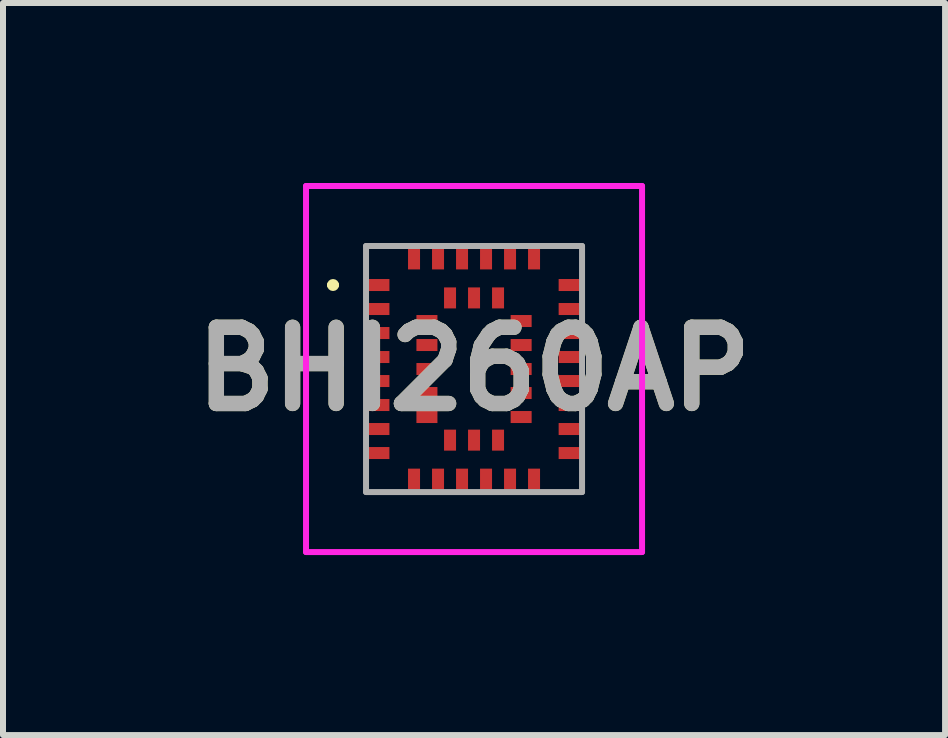
<source format=kicad_pcb>
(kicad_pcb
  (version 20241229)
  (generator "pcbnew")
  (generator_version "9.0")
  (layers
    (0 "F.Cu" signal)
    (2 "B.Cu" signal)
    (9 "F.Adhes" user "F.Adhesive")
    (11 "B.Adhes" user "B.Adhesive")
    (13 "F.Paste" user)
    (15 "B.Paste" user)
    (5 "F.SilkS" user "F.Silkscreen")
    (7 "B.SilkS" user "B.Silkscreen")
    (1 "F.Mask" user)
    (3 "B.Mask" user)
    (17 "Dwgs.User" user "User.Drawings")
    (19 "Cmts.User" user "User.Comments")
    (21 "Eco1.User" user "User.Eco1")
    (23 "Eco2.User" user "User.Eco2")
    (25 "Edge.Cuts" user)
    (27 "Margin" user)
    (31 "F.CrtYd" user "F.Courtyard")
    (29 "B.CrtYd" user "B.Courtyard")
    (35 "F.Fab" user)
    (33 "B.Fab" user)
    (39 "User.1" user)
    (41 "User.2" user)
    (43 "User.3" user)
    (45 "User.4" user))
  (footprint "BHI260AP"
    (layer "F.Cu")
    (at 4.85 3.1)
    (property "Reference" "BHI260AP" (at 0 0 0) (layer "F.SilkS") (effects (font (size 1.27 1.27) (thickness 0.254))))
    (attr smd)
    (fp_line (start -2.4 -1.4) (end -2.4 -1.4) (stroke (width 0.1) (type solid)) (layer "F.SilkS"))
    (fp_line (start -2.3 -1.4) (end -2.3 -1.4) (stroke (width 0.1) (type solid)) (layer "F.SilkS"))
    (fp_arc (start -2.4 -1.4) (mid -2.35 -1.45) (end -2.3 -1.4) (stroke (width 0.1) (type solid)) (layer "F.SilkS"))
    (fp_arc (start -2.3 -1.4) (mid -2.35 -1.35) (end -2.4 -1.4) (stroke (width 0.1) (type solid)) (layer "F.SilkS"))
    (fp_line (start -2.8 -3.05) (end 2.8 -3.05) (stroke (width 0.1) (type solid)) (layer "F.CrtYd"))
    (fp_line (start -2.8 3.05) (end -2.8 -3.05) (stroke (width 0.1) (type solid)) (layer "F.CrtYd"))
    (fp_line (start 2.8 -3.05) (end 2.8 3.05) (stroke (width 0.1) (type solid)) (layer "F.CrtYd"))
    (fp_line (start 2.8 3.05) (end -2.8 3.05) (stroke (width 0.1) (type solid)) (layer "F.CrtYd"))
    (fp_line (start -1.8 -2.05) (end -1.8 2.05) (stroke (width 0.1) (type solid)) (layer "F.Fab"))
    (fp_line (start -1.8 2.05) (end 1.8 2.05) (stroke (width 0.1) (type solid)) (layer "F.Fab"))
    (fp_line (start 1.8 -2.05) (end -1.8 -2.05) (stroke (width 0.1) (type solid)) (layer "F.Fab"))
    (fp_line (start 1.8 2.05) (end 1.8 -2.05) (stroke (width 0.1) (type solid)) (layer "F.Fab"))
    (fp_text user "${REFERENCE}" (at 0 0 0) (layer "F.Fab") (effects (font (size 1.27 1.27) (thickness 0.254))))
    (pad "1" smd rect (at -1.585 -1.4 90) (size 0.2 0.35) (layers "F.Cu" "F.Mask" "F.Paste"))
    (pad "2" smd rect (at -1.585 -1 90) (size 0.2 0.35) (layers "F.Cu" "F.Mask" "F.Paste"))
    (pad "3" smd rect (at -1.585 -0.6 90) (size 0.2 0.35) (layers "F.Cu" "F.Mask" "F.Paste"))
    (pad "4" smd rect (at -1.585 -0.2 90) (size 0.2 0.35) (layers "F.Cu" "F.Mask" "F.Paste"))
    (pad "5" smd rect (at -1.585 0.2 90) (size 0.2 0.35) (layers "F.Cu" "F.Mask" "F.Paste"))
    (pad "6" smd rect (at -1.585 0.6 90) (size 0.2 0.35) (layers "F.Cu" "F.Mask" "F.Paste"))
    (pad "7" smd rect (at -1.585 1 90) (size 0.2 0.35) (layers "F.Cu" "F.Mask" "F.Paste"))
    (pad "8" smd rect (at -1.585 1.4 90) (size 0.2 0.35) (layers "F.Cu" "F.Mask" "F.Paste"))
    (pad "9" smd rect (at -1 1.835) (size 0.2 0.35) (layers "F.Cu" "F.Mask" "F.Paste"))
    (pad "10" smd rect (at -0.6 1.835) (size 0.2 0.35) (layers "F.Cu" "F.Mask" "F.Paste"))
    (pad "11" smd rect (at -0.2 1.835) (size 0.2 0.35) (layers "F.Cu" "F.Mask" "F.Paste"))
    (pad "12" smd rect (at 0.2 1.835) (size 0.2 0.35) (layers "F.Cu" "F.Mask" "F.Paste"))
    (pad "13" smd rect (at 0.6 1.835) (size 0.2 0.35) (layers "F.Cu" "F.Mask" "F.Paste"))
    (pad "14" smd rect (at 1 1.835) (size 0.2 0.35) (layers "F.Cu" "F.Mask" "F.Paste"))
    (pad "15" smd rect (at 1.585 1.4 90) (size 0.2 0.35) (layers "F.Cu" "F.Mask" "F.Paste"))
    (pad "16" smd rect (at 1.585 1 90) (size 0.2 0.35) (layers "F.Cu" "F.Mask" "F.Paste"))
    (pad "17" smd rect (at 1.585 0.6 90) (size 0.2 0.35) (layers "F.Cu" "F.Mask" "F.Paste"))
    (pad "18" smd rect (at 1.585 0.2 90) (size 0.2 0.35) (layers "F.Cu" "F.Mask" "F.Paste"))
    (pad "19" smd rect (at 1.585 -0.2 90) (size 0.2 0.35) (layers "F.Cu" "F.Mask" "F.Paste"))
    (pad "20" smd rect (at 1.585 -0.6 90) (size 0.2 0.35) (layers "F.Cu" "F.Mask" "F.Paste"))
    (pad "21" smd rect (at 1.585 -1 90) (size 0.2 0.35) (layers "F.Cu" "F.Mask" "F.Paste"))
    (pad "22" smd rect (at 1.585 -1.4 90) (size 0.2 0.35) (layers "F.Cu" "F.Mask" "F.Paste"))
    (pad "23" smd rect (at 1 -1.835) (size 0.2 0.35) (layers "F.Cu" "F.Mask" "F.Paste"))
    (pad "24" smd rect (at 0.6 -1.835) (size 0.2 0.35) (layers "F.Cu" "F.Mask" "F.Paste"))
    (pad "25" smd rect (at 0.2 -1.835) (size 0.2 0.35) (layers "F.Cu" "F.Mask" "F.Paste"))
    (pad "26" smd rect (at -0.2 -1.835) (size 0.2 0.35) (layers "F.Cu" "F.Mask" "F.Paste"))
    (pad "27" smd rect (at -0.6 -1.835) (size 0.2 0.35) (layers "F.Cu" "F.Mask" "F.Paste"))
    (pad "28" smd rect (at -1 -1.835) (size 0.2 0.35) (layers "F.Cu" "F.Mask" "F.Paste"))
    (pad "29" smd rect (at -0.785 -0.8 90) (size 0.2 0.35) (layers "F.Cu" "F.Mask" "F.Paste"))
    (pad "30" smd rect (at -0.785 -0.4 90) (size 0.2 0.35) (layers "F.Cu" "F.Mask" "F.Paste"))
    (pad "31" smd rect (at -0.785 0 90) (size 0.2 0.35) (layers "F.Cu" "F.Mask" "F.Paste"))
    (pad "32" smd rect (at -0.785 0.4 90) (size 0.2 0.35) (layers "F.Cu" "F.Mask" "F.Paste"))
    (pad "33" smd rect (at -0.785 0.8 90) (size 0.2 0.35) (layers "F.Cu" "F.Mask" "F.Paste"))
    (pad "34" smd rect (at -0.4 1.185) (size 0.2 0.35) (layers "F.Cu" "F.Mask" "F.Paste"))
    (pad "35" smd rect (at 0 1.185) (size 0.2 0.35) (layers "F.Cu" "F.Mask" "F.Paste"))
    (pad "36" smd rect (at 0.4 1.185) (size 0.2 0.35) (layers "F.Cu" "F.Mask" "F.Paste"))
    (pad "37" smd rect (at 0.785 0.8 90) (size 0.2 0.35) (layers "F.Cu" "F.Mask" "F.Paste"))
    (pad "38" smd rect (at 0.785 0.4 90) (size 0.2 0.35) (layers "F.Cu" "F.Mask" "F.Paste"))
    (pad "39" smd rect (at 0.785 0 90) (size 0.2 0.35) (layers "F.Cu" "F.Mask" "F.Paste"))
    (pad "40" smd rect (at 0.785 -0.4 90) (size 0.2 0.35) (layers "F.Cu" "F.Mask" "F.Paste"))
    (pad "41" smd rect (at 0.785 -0.8 90) (size 0.2 0.35) (layers "F.Cu" "F.Mask" "F.Paste"))
    (pad "42" smd rect (at 0.4 -1.185) (size 0.2 0.35) (layers "F.Cu" "F.Mask" "F.Paste"))
    (pad "43" smd rect (at 0 -1.185) (size 0.2 0.35) (layers "F.Cu" "F.Mask" "F.Paste"))
    (pad "44" smd rect (at -0.4 -1.185) (size 0.2 0.35) (layers "F.Cu" "F.Mask" "F.Paste")))
  (gr_rect
    (start -3 -3)
    (end 12.7 9.2)
    (stroke (width 0.1) (type default))
    (fill no)
    (layer "Edge.Cuts")))
</source>
